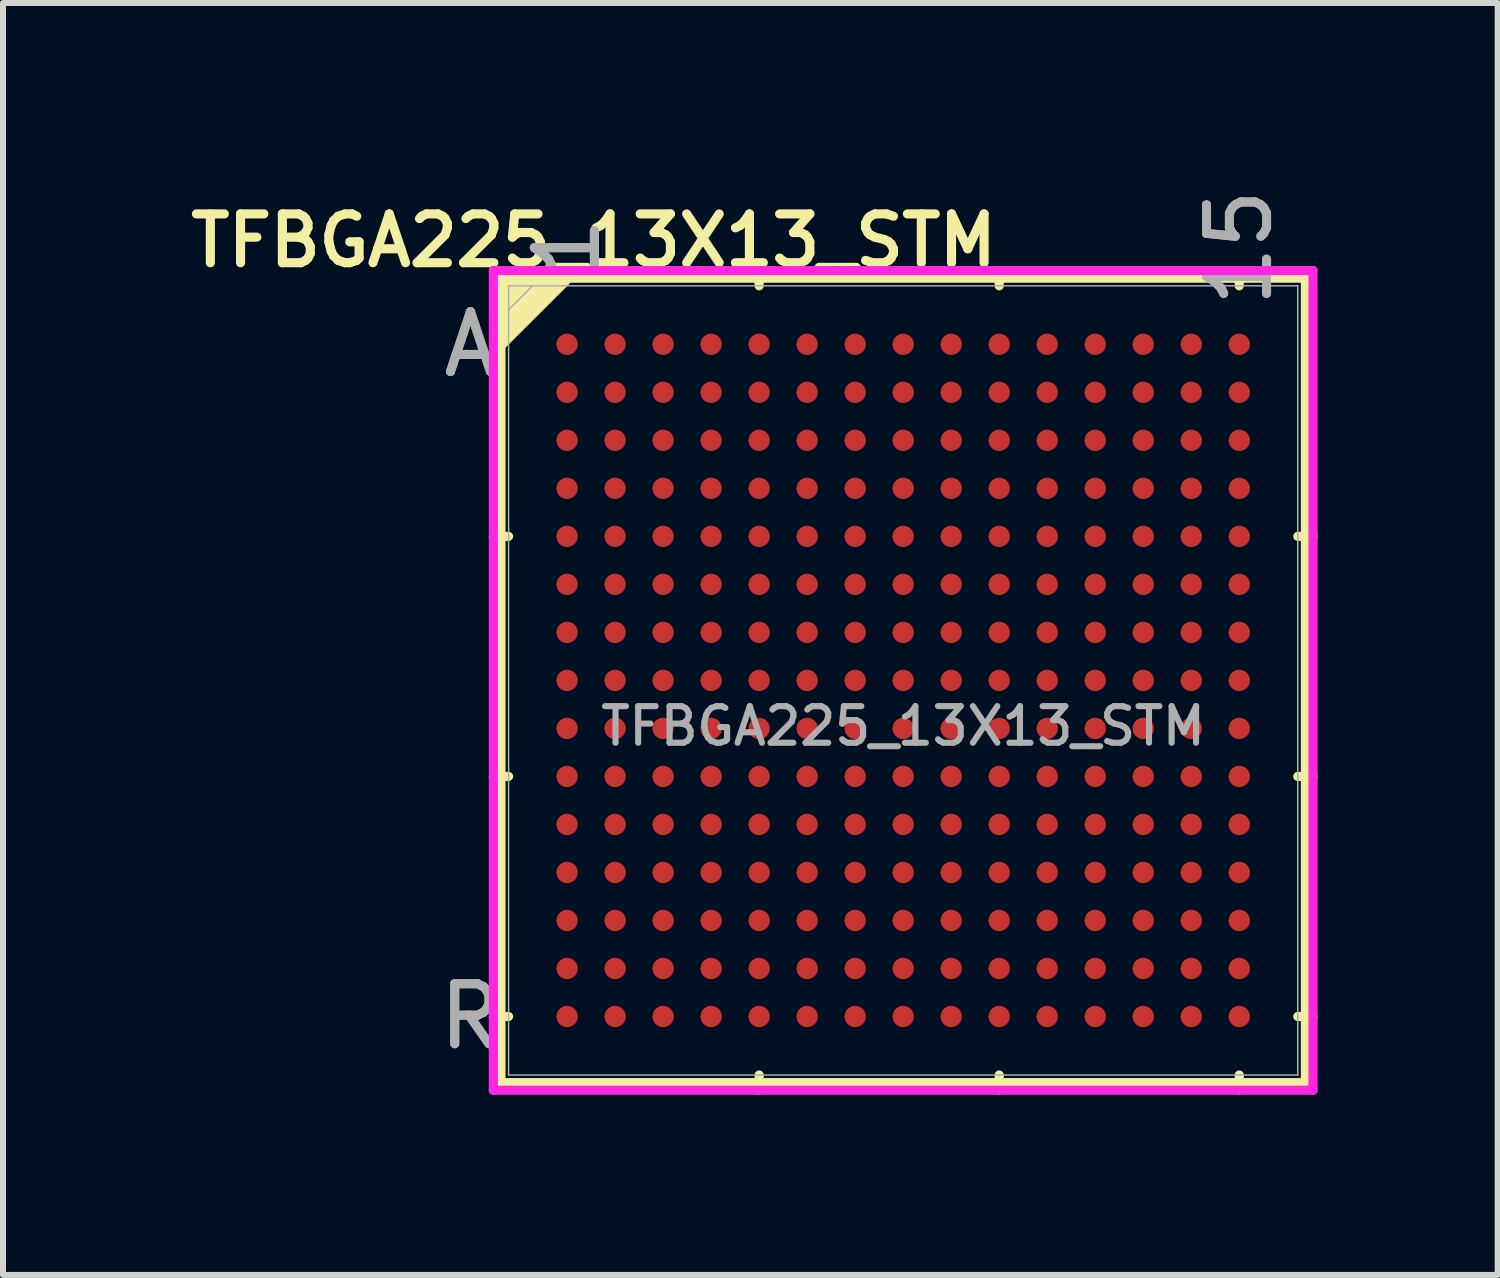
<source format=kicad_pcb>
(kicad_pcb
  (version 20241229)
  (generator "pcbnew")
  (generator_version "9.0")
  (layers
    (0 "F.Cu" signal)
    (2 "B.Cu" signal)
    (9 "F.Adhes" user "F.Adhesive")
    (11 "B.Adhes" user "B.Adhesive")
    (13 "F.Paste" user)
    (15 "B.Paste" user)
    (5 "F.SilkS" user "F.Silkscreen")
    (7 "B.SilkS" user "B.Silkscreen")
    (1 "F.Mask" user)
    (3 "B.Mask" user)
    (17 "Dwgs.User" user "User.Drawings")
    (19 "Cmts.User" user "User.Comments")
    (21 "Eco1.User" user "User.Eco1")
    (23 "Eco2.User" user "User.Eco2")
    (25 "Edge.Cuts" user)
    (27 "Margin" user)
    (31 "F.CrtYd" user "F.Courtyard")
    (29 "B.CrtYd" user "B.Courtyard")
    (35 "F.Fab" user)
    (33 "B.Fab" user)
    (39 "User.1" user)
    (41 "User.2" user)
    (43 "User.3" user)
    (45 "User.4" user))
  (footprint "TFBGA225_13X13_STM"
    (layer "F.Cu")
    (at 11.999 8.287)
    (property "Reference" "TFBGA225_13X13_STM" (at -5.156 -7.328 0) (unlocked yes) (layer "F.SilkS") (effects (font (size 0.813 0.813) (thickness 0.152) (bold yes))))
    (attr smd)
    (fp_line (start -6.702 -6.702) (end -6.702 6.702) (stroke (width 0.152) (type solid)) (layer "F.SilkS"))
    (fp_line (start -6.702 6.702) (end 6.702 6.702) (stroke (width 0.152) (type solid)) (layer "F.SilkS"))
    (fp_line (start -6.575 -2.4) (end -6.829 -2.4) (stroke (width 0.152) (type solid)) (layer "F.SilkS"))
    (fp_line (start -6.575 1.6) (end -6.829 1.6) (stroke (width 0.152) (type solid)) (layer "F.SilkS"))
    (fp_line (start -6.575 5.6) (end -6.829 5.6) (stroke (width 0.152) (type solid)) (layer "F.SilkS"))
    (fp_line (start -2.4 -6.575) (end -2.4 -6.829) (stroke (width 0.152) (type solid)) (layer "F.SilkS"))
    (fp_line (start -2.4 6.575) (end -2.4 6.829) (stroke (width 0.152) (type solid)) (layer "F.SilkS"))
    (fp_line (start 1.6 -6.575) (end 1.6 -6.829) (stroke (width 0.152) (type solid)) (layer "F.SilkS"))
    (fp_line (start 1.6 6.575) (end 1.6 6.829) (stroke (width 0.152) (type solid)) (layer "F.SilkS"))
    (fp_line (start 5.6 -6.575) (end 5.6 -6.829) (stroke (width 0.152) (type solid)) (layer "F.SilkS"))
    (fp_line (start 5.6 6.575) (end 5.6 6.829) (stroke (width 0.152) (type solid)) (layer "F.SilkS"))
    (fp_line (start 6.575 -2.4) (end 6.829 -2.4) (stroke (width 0.152) (type solid)) (layer "F.SilkS"))
    (fp_line (start 6.575 1.6) (end 6.829 1.6) (stroke (width 0.152) (type solid)) (layer "F.SilkS"))
    (fp_line (start 6.575 5.6) (end 6.829 5.6) (stroke (width 0.152) (type solid)) (layer "F.SilkS"))
    (fp_line (start 6.702 -6.702) (end -6.702 -6.702) (stroke (width 0.152) (type solid)) (layer "F.SilkS"))
    (fp_line (start 6.702 6.702) (end 6.702 -6.702) (stroke (width 0.152) (type solid)) (layer "F.SilkS"))
    (fp_poly (pts (xy -6.702 -6.702) (xy -5.537 -6.702) (xy -6.718 -5.524)) (stroke (width 0.1) (type solid)) (fill yes) (layer "F.SilkS"))
    (fp_line (start -6.829 -6.829) (end 6.829 -6.829) (stroke (width 0.152) (type solid)) (layer "F.CrtYd"))
    (fp_line (start -6.829 6.829) (end -6.829 -6.829) (stroke (width 0.152) (type solid)) (layer "F.CrtYd"))
    (fp_line (start 6.829 -6.829) (end 6.829 6.829) (stroke (width 0.152) (type solid)) (layer "F.CrtYd"))
    (fp_line (start 6.829 6.829) (end -6.829 6.829) (stroke (width 0.152) (type solid)) (layer "F.CrtYd"))
    (fp_line (start -6.575 -6.575) (end -6.575 6.575) (stroke (width 0.025) (type solid)) (layer "F.Fab"))
    (fp_line (start -6.575 6.575) (end 6.575 6.575) (stroke (width 0.025) (type solid)) (layer "F.Fab"))
    (fp_line (start -6.175 -6.575) (end -6.575 -6.175) (stroke (width 0.025) (type solid)) (layer "F.Fab"))
    (fp_line (start 6.575 -6.575) (end -6.575 -6.575) (stroke (width 0.025) (type solid)) (layer "F.Fab"))
    (fp_line (start 6.575 6.575) (end 6.575 -6.575) (stroke (width 0.025) (type solid)) (layer "F.Fab"))
    (fp_text user "R" (at -7.21 5.6 0) (unlocked yes) (layer "F.Fab") (effects (font (size 1 1) (thickness 0.15))))
    (fp_text user "1" (at -5.6 -7.21 90) (unlocked yes) (layer "F.Fab") (effects (font (size 1 1) (thickness 0.15))))
    (fp_text user "${REFERENCE}" (at 0 0.762 0) (unlocked yes) (layer "F.Fab") (effects (font (size 0.61 0.61) (thickness 0.102) (bold yes))))
    (fp_text user "R" (at -7.21 5.6 0) (unlocked yes) (layer "F.Fab") (effects (font (size 1 1) (thickness 0.15))))
    (fp_text user "15" (at 5.6 -7.21 90) (unlocked yes) (layer "F.Fab") (effects (font (size 1 1) (thickness 0.15))))
    (fp_text user "A" (at -7.21 -5.6 0) (unlocked yes) (layer "F.Fab") (effects (font (size 1 1) (thickness 0.15))))
    (fp_text user "1" (at -5.6 -7.21 90) (unlocked yes) (layer "F.Fab") (effects (font (size 1 1) (thickness 0.15))))
    (fp_text user "A" (at -7.21 -5.6 0) (unlocked yes) (layer "F.Fab") (effects (font (size 1 1) (thickness 0.15))))
    (fp_text user "15" (at 5.6 -7.21 90) (unlocked yes) (layer "F.Fab") (effects (font (size 1 1) (thickness 0.15))))
    (pad "A1" smd circle (at -5.6 -5.6) (size 0.356 0.356) (layers "F.Cu" "F.Mask" "F.Paste"))
    (pad "A2" smd circle (at -4.8 -5.6) (size 0.356 0.356) (layers "F.Cu" "F.Mask" "F.Paste"))
    (pad "A3" smd circle (at -4 -5.6) (size 0.356 0.356) (layers "F.Cu" "F.Mask" "F.Paste"))
    (pad "A4" smd circle (at -3.2 -5.6) (size 0.356 0.356) (layers "F.Cu" "F.Mask" "F.Paste"))
    (pad "A5" smd circle (at -2.4 -5.6) (size 0.356 0.356) (layers "F.Cu" "F.Mask" "F.Paste"))
    (pad "A6" smd circle (at -1.6 -5.6) (size 0.356 0.356) (layers "F.Cu" "F.Mask" "F.Paste"))
    (pad "A7" smd circle (at -0.8 -5.6) (size 0.356 0.356) (layers "F.Cu" "F.Mask" "F.Paste"))
    (pad "A8" smd circle (at 0 -5.6) (size 0.356 0.356) (layers "F.Cu" "F.Mask" "F.Paste"))
    (pad "A9" smd circle (at 0.8 -5.6) (size 0.356 0.356) (layers "F.Cu" "F.Mask" "F.Paste"))
    (pad "A10" smd circle (at 1.6 -5.6) (size 0.356 0.356) (layers "F.Cu" "F.Mask" "F.Paste"))
    (pad "A11" smd circle (at 2.4 -5.6) (size 0.356 0.356) (layers "F.Cu" "F.Mask" "F.Paste"))
    (pad "A12" smd circle (at 3.2 -5.6) (size 0.356 0.356) (layers "F.Cu" "F.Mask" "F.Paste"))
    (pad "A13" smd circle (at 4 -5.6) (size 0.356 0.356) (layers "F.Cu" "F.Mask" "F.Paste"))
    (pad "A14" smd circle (at 4.8 -5.6) (size 0.356 0.356) (layers "F.Cu" "F.Mask" "F.Paste"))
    (pad "A15" smd circle (at 5.6 -5.6) (size 0.356 0.356) (layers "F.Cu" "F.Mask" "F.Paste"))
    (pad "B1" smd circle (at -5.6 -4.8) (size 0.356 0.356) (layers "F.Cu" "F.Mask" "F.Paste"))
    (pad "B2" smd circle (at -4.8 -4.8) (size 0.356 0.356) (layers "F.Cu" "F.Mask" "F.Paste"))
    (pad "B3" smd circle (at -4 -4.8) (size 0.356 0.356) (layers "F.Cu" "F.Mask" "F.Paste"))
    (pad "B4" smd circle (at -3.2 -4.8) (size 0.356 0.356) (layers "F.Cu" "F.Mask" "F.Paste"))
    (pad "B5" smd circle (at -2.4 -4.8) (size 0.356 0.356) (layers "F.Cu" "F.Mask" "F.Paste"))
    (pad "B6" smd circle (at -1.6 -4.8) (size 0.356 0.356) (layers "F.Cu" "F.Mask" "F.Paste"))
    (pad "B7" smd circle (at -0.8 -4.8) (size 0.356 0.356) (layers "F.Cu" "F.Mask" "F.Paste"))
    (pad "B8" smd circle (at 0 -4.8) (size 0.356 0.356) (layers "F.Cu" "F.Mask" "F.Paste"))
    (pad "B9" smd circle (at 0.8 -4.8) (size 0.356 0.356) (layers "F.Cu" "F.Mask" "F.Paste"))
    (pad "B10" smd circle (at 1.6 -4.8) (size 0.356 0.356) (layers "F.Cu" "F.Mask" "F.Paste"))
    (pad "B11" smd circle (at 2.4 -4.8) (size 0.356 0.356) (layers "F.Cu" "F.Mask" "F.Paste"))
    (pad "B12" smd circle (at 3.2 -4.8) (size 0.356 0.356) (layers "F.Cu" "F.Mask" "F.Paste"))
    (pad "B13" smd circle (at 4 -4.8) (size 0.356 0.356) (layers "F.Cu" "F.Mask" "F.Paste"))
    (pad "B14" smd circle (at 4.8 -4.8) (size 0.356 0.356) (layers "F.Cu" "F.Mask" "F.Paste"))
    (pad "B15" smd circle (at 5.6 -4.8) (size 0.356 0.356) (layers "F.Cu" "F.Mask" "F.Paste"))
    (pad "C1" smd circle (at -5.6 -4) (size 0.356 0.356) (layers "F.Cu" "F.Mask" "F.Paste"))
    (pad "C2" smd circle (at -4.8 -4) (size 0.356 0.356) (layers "F.Cu" "F.Mask" "F.Paste"))
    (pad "C3" smd circle (at -4 -4) (size 0.356 0.356) (layers "F.Cu" "F.Mask" "F.Paste"))
    (pad "C4" smd circle (at -3.2 -4) (size 0.356 0.356) (layers "F.Cu" "F.Mask" "F.Paste"))
    (pad "C5" smd circle (at -2.4 -4) (size 0.356 0.356) (layers "F.Cu" "F.Mask" "F.Paste"))
    (pad "C6" smd circle (at -1.6 -4) (size 0.356 0.356) (layers "F.Cu" "F.Mask" "F.Paste"))
    (pad "C7" smd circle (at -0.8 -4) (size 0.356 0.356) (layers "F.Cu" "F.Mask" "F.Paste"))
    (pad "C8" smd circle (at 0 -4) (size 0.356 0.356) (layers "F.Cu" "F.Mask" "F.Paste"))
    (pad "C9" smd circle (at 0.8 -4) (size 0.356 0.356) (layers "F.Cu" "F.Mask" "F.Paste"))
    (pad "C10" smd circle (at 1.6 -4) (size 0.356 0.356) (layers "F.Cu" "F.Mask" "F.Paste"))
    (pad "C11" smd circle (at 2.4 -4) (size 0.356 0.356) (layers "F.Cu" "F.Mask" "F.Paste"))
    (pad "C12" smd circle (at 3.2 -4) (size 0.356 0.356) (layers "F.Cu" "F.Mask" "F.Paste"))
    (pad "C13" smd circle (at 4 -4) (size 0.356 0.356) (layers "F.Cu" "F.Mask" "F.Paste"))
    (pad "C14" smd circle (at 4.8 -4) (size 0.356 0.356) (layers "F.Cu" "F.Mask" "F.Paste"))
    (pad "C15" smd circle (at 5.6 -4) (size 0.356 0.356) (layers "F.Cu" "F.Mask" "F.Paste"))
    (pad "D1" smd circle (at -5.6 -3.2) (size 0.356 0.356) (layers "F.Cu" "F.Mask" "F.Paste"))
    (pad "D2" smd circle (at -4.8 -3.2) (size 0.356 0.356) (layers "F.Cu" "F.Mask" "F.Paste"))
    (pad "D3" smd circle (at -4 -3.2) (size 0.356 0.356) (layers "F.Cu" "F.Mask" "F.Paste"))
    (pad "D4" smd circle (at -3.2 -3.2) (size 0.356 0.356) (layers "F.Cu" "F.Mask" "F.Paste"))
    (pad "D5" smd circle (at -2.4 -3.2) (size 0.356 0.356) (layers "F.Cu" "F.Mask" "F.Paste"))
    (pad "D6" smd circle (at -1.6 -3.2) (size 0.356 0.356) (layers "F.Cu" "F.Mask" "F.Paste"))
    (pad "D7" smd circle (at -0.8 -3.2) (size 0.356 0.356) (layers "F.Cu" "F.Mask" "F.Paste"))
    (pad "D8" smd circle (at 0 -3.2) (size 0.356 0.356) (layers "F.Cu" "F.Mask" "F.Paste"))
    (pad "D9" smd circle (at 0.8 -3.2) (size 0.356 0.356) (layers "F.Cu" "F.Mask" "F.Paste"))
    (pad "D10" smd circle (at 1.6 -3.2) (size 0.356 0.356) (layers "F.Cu" "F.Mask" "F.Paste"))
    (pad "D11" smd circle (at 2.4 -3.2) (size 0.356 0.356) (layers "F.Cu" "F.Mask" "F.Paste"))
    (pad "D12" smd circle (at 3.2 -3.2) (size 0.356 0.356) (layers "F.Cu" "F.Mask" "F.Paste"))
    (pad "D13" smd circle (at 4 -3.2) (size 0.356 0.356) (layers "F.Cu" "F.Mask" "F.Paste"))
    (pad "D14" smd circle (at 4.8 -3.2) (size 0.356 0.356) (layers "F.Cu" "F.Mask" "F.Paste"))
    (pad "D15" smd circle (at 5.6 -3.2) (size 0.356 0.356) (layers "F.Cu" "F.Mask" "F.Paste"))
    (pad "E1" smd circle (at -5.6 -2.4) (size 0.356 0.356) (layers "F.Cu" "F.Mask" "F.Paste"))
    (pad "E2" smd circle (at -4.8 -2.4) (size 0.356 0.356) (layers "F.Cu" "F.Mask" "F.Paste"))
    (pad "E3" smd circle (at -4 -2.4) (size 0.356 0.356) (layers "F.Cu" "F.Mask" "F.Paste"))
    (pad "E4" smd circle (at -3.2 -2.4) (size 0.356 0.356) (layers "F.Cu" "F.Mask" "F.Paste"))
    (pad "E5" smd circle (at -2.4 -2.4) (size 0.356 0.356) (layers "F.Cu" "F.Mask" "F.Paste"))
    (pad "E6" smd circle (at -1.6 -2.4) (size 0.356 0.356) (layers "F.Cu" "F.Mask" "F.Paste"))
    (pad "E7" smd circle (at -0.8 -2.4) (size 0.356 0.356) (layers "F.Cu" "F.Mask" "F.Paste"))
    (pad "E8" smd circle (at 0 -2.4) (size 0.356 0.356) (layers "F.Cu" "F.Mask" "F.Paste"))
    (pad "E9" smd circle (at 0.8 -2.4) (size 0.356 0.356) (layers "F.Cu" "F.Mask" "F.Paste"))
    (pad "E10" smd circle (at 1.6 -2.4) (size 0.356 0.356) (layers "F.Cu" "F.Mask" "F.Paste"))
    (pad "E11" smd circle (at 2.4 -2.4) (size 0.356 0.356) (layers "F.Cu" "F.Mask" "F.Paste"))
    (pad "E12" smd circle (at 3.2 -2.4) (size 0.356 0.356) (layers "F.Cu" "F.Mask" "F.Paste"))
    (pad "E13" smd circle (at 4 -2.4) (size 0.356 0.356) (layers "F.Cu" "F.Mask" "F.Paste"))
    (pad "E14" smd circle (at 4.8 -2.4) (size 0.356 0.356) (layers "F.Cu" "F.Mask" "F.Paste"))
    (pad "E15" smd circle (at 5.6 -2.4) (size 0.356 0.356) (layers "F.Cu" "F.Mask" "F.Paste"))
    (pad "F1" smd circle (at -5.6 -1.6) (size 0.356 0.356) (layers "F.Cu" "F.Mask" "F.Paste"))
    (pad "F2" smd circle (at -4.8 -1.6) (size 0.356 0.356) (layers "F.Cu" "F.Mask" "F.Paste"))
    (pad "F3" smd circle (at -4 -1.6) (size 0.356 0.356) (layers "F.Cu" "F.Mask" "F.Paste"))
    (pad "F4" smd circle (at -3.2 -1.6) (size 0.356 0.356) (layers "F.Cu" "F.Mask" "F.Paste"))
    (pad "F5" smd circle (at -2.4 -1.6) (size 0.356 0.356) (layers "F.Cu" "F.Mask" "F.Paste"))
    (pad "F6" smd circle (at -1.6 -1.6) (size 0.356 0.356) (layers "F.Cu" "F.Mask" "F.Paste"))
    (pad "F7" smd circle (at -0.8 -1.6) (size 0.356 0.356) (layers "F.Cu" "F.Mask" "F.Paste"))
    (pad "F8" smd circle (at 0 -1.6) (size 0.356 0.356) (layers "F.Cu" "F.Mask" "F.Paste"))
    (pad "F9" smd circle (at 0.8 -1.6) (size 0.356 0.356) (layers "F.Cu" "F.Mask" "F.Paste"))
    (pad "F10" smd circle (at 1.6 -1.6) (size 0.356 0.356) (layers "F.Cu" "F.Mask" "F.Paste"))
    (pad "F11" smd circle (at 2.4 -1.6) (size 0.356 0.356) (layers "F.Cu" "F.Mask" "F.Paste"))
    (pad "F12" smd circle (at 3.2 -1.6) (size 0.356 0.356) (layers "F.Cu" "F.Mask" "F.Paste"))
    (pad "F13" smd circle (at 4 -1.6) (size 0.356 0.356) (layers "F.Cu" "F.Mask" "F.Paste"))
    (pad "F14" smd circle (at 4.8 -1.6) (size 0.356 0.356) (layers "F.Cu" "F.Mask" "F.Paste"))
    (pad "F15" smd circle (at 5.6 -1.6) (size 0.356 0.356) (layers "F.Cu" "F.Mask" "F.Paste"))
    (pad "G1" smd circle (at -5.6 -0.8) (size 0.356 0.356) (layers "F.Cu" "F.Mask" "F.Paste"))
    (pad "G2" smd circle (at -4.8 -0.8) (size 0.356 0.356) (layers "F.Cu" "F.Mask" "F.Paste"))
    (pad "G3" smd circle (at -4 -0.8) (size 0.356 0.356) (layers "F.Cu" "F.Mask" "F.Paste"))
    (pad "G4" smd circle (at -3.2 -0.8) (size 0.356 0.356) (layers "F.Cu" "F.Mask" "F.Paste"))
    (pad "G5" smd circle (at -2.4 -0.8) (size 0.356 0.356) (layers "F.Cu" "F.Mask" "F.Paste"))
    (pad "G6" smd circle (at -1.6 -0.8) (size 0.356 0.356) (layers "F.Cu" "F.Mask" "F.Paste"))
    (pad "G7" smd circle (at -0.8 -0.8) (size 0.356 0.356) (layers "F.Cu" "F.Mask" "F.Paste"))
    (pad "G8" smd circle (at 0 -0.8) (size 0.356 0.356) (layers "F.Cu" "F.Mask" "F.Paste"))
    (pad "G9" smd circle (at 0.8 -0.8) (size 0.356 0.356) (layers "F.Cu" "F.Mask" "F.Paste"))
    (pad "G10" smd circle (at 1.6 -0.8) (size 0.356 0.356) (layers "F.Cu" "F.Mask" "F.Paste"))
    (pad "G11" smd circle (at 2.4 -0.8) (size 0.356 0.356) (layers "F.Cu" "F.Mask" "F.Paste"))
    (pad "G12" smd circle (at 3.2 -0.8) (size 0.356 0.356) (layers "F.Cu" "F.Mask" "F.Paste"))
    (pad "G13" smd circle (at 4 -0.8) (size 0.356 0.356) (layers "F.Cu" "F.Mask" "F.Paste"))
    (pad "G14" smd circle (at 4.8 -0.8) (size 0.356 0.356) (layers "F.Cu" "F.Mask" "F.Paste"))
    (pad "G15" smd circle (at 5.6 -0.8) (size 0.356 0.356) (layers "F.Cu" "F.Mask" "F.Paste"))
    (pad "H1" smd circle (at -5.6 0) (size 0.356 0.356) (layers "F.Cu" "F.Mask" "F.Paste"))
    (pad "H2" smd circle (at -4.8 0) (size 0.356 0.356) (layers "F.Cu" "F.Mask" "F.Paste"))
    (pad "H3" smd circle (at -4 0) (size 0.356 0.356) (layers "F.Cu" "F.Mask" "F.Paste"))
    (pad "H4" smd circle (at -3.2 0) (size 0.356 0.356) (layers "F.Cu" "F.Mask" "F.Paste"))
    (pad "H5" smd circle (at -2.4 0) (size 0.356 0.356) (layers "F.Cu" "F.Mask" "F.Paste"))
    (pad "H6" smd circle (at -1.6 0) (size 0.356 0.356) (layers "F.Cu" "F.Mask" "F.Paste"))
    (pad "H7" smd circle (at -0.8 0) (size 0.356 0.356) (layers "F.Cu" "F.Mask" "F.Paste"))
    (pad "H8" smd circle (at 0 0) (size 0.356 0.356) (layers "F.Cu" "F.Mask" "F.Paste"))
    (pad "H9" smd circle (at 0.8 0) (size 0.356 0.356) (layers "F.Cu" "F.Mask" "F.Paste"))
    (pad "H10" smd circle (at 1.6 0) (size 0.356 0.356) (layers "F.Cu" "F.Mask" "F.Paste"))
    (pad "H11" smd circle (at 2.4 0) (size 0.356 0.356) (layers "F.Cu" "F.Mask" "F.Paste"))
    (pad "H12" smd circle (at 3.2 0) (size 0.356 0.356) (layers "F.Cu" "F.Mask" "F.Paste"))
    (pad "H13" smd circle (at 4 0) (size 0.356 0.356) (layers "F.Cu" "F.Mask" "F.Paste"))
    (pad "H14" smd circle (at 4.8 0) (size 0.356 0.356) (layers "F.Cu" "F.Mask" "F.Paste"))
    (pad "H15" smd circle (at 5.6 0) (size 0.356 0.356) (layers "F.Cu" "F.Mask" "F.Paste"))
    (pad "J1" smd circle (at -5.6 0.8) (size 0.356 0.356) (layers "F.Cu" "F.Mask" "F.Paste"))
    (pad "J2" smd circle (at -4.8 0.8) (size 0.356 0.356) (layers "F.Cu" "F.Mask" "F.Paste"))
    (pad "J3" smd circle (at -4 0.8) (size 0.356 0.356) (layers "F.Cu" "F.Mask" "F.Paste"))
    (pad "J4" smd circle (at -3.2 0.8) (size 0.356 0.356) (layers "F.Cu" "F.Mask" "F.Paste"))
    (pad "J5" smd circle (at -2.4 0.8) (size 0.356 0.356) (layers "F.Cu" "F.Mask" "F.Paste"))
    (pad "J6" smd circle (at -1.6 0.8) (size 0.356 0.356) (layers "F.Cu" "F.Mask" "F.Paste"))
    (pad "J7" smd circle (at -0.8 0.8) (size 0.356 0.356) (layers "F.Cu" "F.Mask" "F.Paste"))
    (pad "J8" smd circle (at 0 0.8) (size 0.356 0.356) (layers "F.Cu" "F.Mask" "F.Paste"))
    (pad "J9" smd circle (at 0.8 0.8) (size 0.356 0.356) (layers "F.Cu" "F.Mask" "F.Paste"))
    (pad "J10" smd circle (at 1.6 0.8) (size 0.356 0.356) (layers "F.Cu" "F.Mask" "F.Paste"))
    (pad "J11" smd circle (at 2.4 0.8) (size 0.356 0.356) (layers "F.Cu" "F.Mask" "F.Paste"))
    (pad "J12" smd circle (at 3.2 0.8) (size 0.356 0.356) (layers "F.Cu" "F.Mask" "F.Paste"))
    (pad "J13" smd circle (at 4 0.8) (size 0.356 0.356) (layers "F.Cu" "F.Mask" "F.Paste"))
    (pad "J14" smd circle (at 4.8 0.8) (size 0.356 0.356) (layers "F.Cu" "F.Mask" "F.Paste"))
    (pad "J15" smd circle (at 5.6 0.8) (size 0.356 0.356) (layers "F.Cu" "F.Mask" "F.Paste"))
    (pad "K1" smd circle (at -5.6 1.6) (size 0.356 0.356) (layers "F.Cu" "F.Mask" "F.Paste"))
    (pad "K2" smd circle (at -4.8 1.6) (size 0.356 0.356) (layers "F.Cu" "F.Mask" "F.Paste"))
    (pad "K3" smd circle (at -4 1.6) (size 0.356 0.356) (layers "F.Cu" "F.Mask" "F.Paste"))
    (pad "K4" smd circle (at -3.2 1.6) (size 0.356 0.356) (layers "F.Cu" "F.Mask" "F.Paste"))
    (pad "K5" smd circle (at -2.4 1.6) (size 0.356 0.356) (layers "F.Cu" "F.Mask" "F.Paste"))
    (pad "K6" smd circle (at -1.6 1.6) (size 0.356 0.356) (layers "F.Cu" "F.Mask" "F.Paste"))
    (pad "K7" smd circle (at -0.8 1.6) (size 0.356 0.356) (layers "F.Cu" "F.Mask" "F.Paste"))
    (pad "K8" smd circle (at 0 1.6) (size 0.356 0.356) (layers "F.Cu" "F.Mask" "F.Paste"))
    (pad "K9" smd circle (at 0.8 1.6) (size 0.356 0.356) (layers "F.Cu" "F.Mask" "F.Paste"))
    (pad "K10" smd circle (at 1.6 1.6) (size 0.356 0.356) (layers "F.Cu" "F.Mask" "F.Paste"))
    (pad "K11" smd circle (at 2.4 1.6) (size 0.356 0.356) (layers "F.Cu" "F.Mask" "F.Paste"))
    (pad "K12" smd circle (at 3.2 1.6) (size 0.356 0.356) (layers "F.Cu" "F.Mask" "F.Paste"))
    (pad "K13" smd circle (at 4 1.6) (size 0.356 0.356) (layers "F.Cu" "F.Mask" "F.Paste"))
    (pad "K14" smd circle (at 4.8 1.6) (size 0.356 0.356) (layers "F.Cu" "F.Mask" "F.Paste"))
    (pad "K15" smd circle (at 5.6 1.6) (size 0.356 0.356) (layers "F.Cu" "F.Mask" "F.Paste"))
    (pad "L1" smd circle (at -5.6 2.4) (size 0.356 0.356) (layers "F.Cu" "F.Mask" "F.Paste"))
    (pad "L2" smd circle (at -4.8 2.4) (size 0.356 0.356) (layers "F.Cu" "F.Mask" "F.Paste"))
    (pad "L3" smd circle (at -4 2.4) (size 0.356 0.356) (layers "F.Cu" "F.Mask" "F.Paste"))
    (pad "L4" smd circle (at -3.2 2.4) (size 0.356 0.356) (layers "F.Cu" "F.Mask" "F.Paste"))
    (pad "L5" smd circle (at -2.4 2.4) (size 0.356 0.356) (layers "F.Cu" "F.Mask" "F.Paste"))
    (pad "L6" smd circle (at -1.6 2.4) (size 0.356 0.356) (layers "F.Cu" "F.Mask" "F.Paste"))
    (pad "L7" smd circle (at -0.8 2.4) (size 0.356 0.356) (layers "F.Cu" "F.Mask" "F.Paste"))
    (pad "L8" smd circle (at 0 2.4) (size 0.356 0.356) (layers "F.Cu" "F.Mask" "F.Paste"))
    (pad "L9" smd circle (at 0.8 2.4) (size 0.356 0.356) (layers "F.Cu" "F.Mask" "F.Paste"))
    (pad "L10" smd circle (at 1.6 2.4) (size 0.356 0.356) (layers "F.Cu" "F.Mask" "F.Paste"))
    (pad "L11" smd circle (at 2.4 2.4) (size 0.356 0.356) (layers "F.Cu" "F.Mask" "F.Paste"))
    (pad "L12" smd circle (at 3.2 2.4) (size 0.356 0.356) (layers "F.Cu" "F.Mask" "F.Paste"))
    (pad "L13" smd circle (at 4 2.4) (size 0.356 0.356) (layers "F.Cu" "F.Mask" "F.Paste"))
    (pad "L14" smd circle (at 4.8 2.4) (size 0.356 0.356) (layers "F.Cu" "F.Mask" "F.Paste"))
    (pad "L15" smd circle (at 5.6 2.4) (size 0.356 0.356) (layers "F.Cu" "F.Mask" "F.Paste"))
    (pad "M1" smd circle (at -5.6 3.2) (size 0.356 0.356) (layers "F.Cu" "F.Mask" "F.Paste"))
    (pad "M2" smd circle (at -4.8 3.2) (size 0.356 0.356) (layers "F.Cu" "F.Mask" "F.Paste"))
    (pad "M3" smd circle (at -4 3.2) (size 0.356 0.356) (layers "F.Cu" "F.Mask" "F.Paste"))
    (pad "M4" smd circle (at -3.2 3.2) (size 0.356 0.356) (layers "F.Cu" "F.Mask" "F.Paste"))
    (pad "M5" smd circle (at -2.4 3.2) (size 0.356 0.356) (layers "F.Cu" "F.Mask" "F.Paste"))
    (pad "M6" smd circle (at -1.6 3.2) (size 0.356 0.356) (layers "F.Cu" "F.Mask" "F.Paste"))
    (pad "M7" smd circle (at -0.8 3.2) (size 0.356 0.356) (layers "F.Cu" "F.Mask" "F.Paste"))
    (pad "M8" smd circle (at 0 3.2) (size 0.356 0.356) (layers "F.Cu" "F.Mask" "F.Paste"))
    (pad "M9" smd circle (at 0.8 3.2) (size 0.356 0.356) (layers "F.Cu" "F.Mask" "F.Paste"))
    (pad "M10" smd circle (at 1.6 3.2) (size 0.356 0.356) (layers "F.Cu" "F.Mask" "F.Paste"))
    (pad "M11" smd circle (at 2.4 3.2) (size 0.356 0.356) (layers "F.Cu" "F.Mask" "F.Paste"))
    (pad "M12" smd circle (at 3.2 3.2) (size 0.356 0.356) (layers "F.Cu" "F.Mask" "F.Paste"))
    (pad "M13" smd circle (at 4 3.2) (size 0.356 0.356) (layers "F.Cu" "F.Mask" "F.Paste"))
    (pad "M14" smd circle (at 4.8 3.2) (size 0.356 0.356) (layers "F.Cu" "F.Mask" "F.Paste"))
    (pad "M15" smd circle (at 5.6 3.2) (size 0.356 0.356) (layers "F.Cu" "F.Mask" "F.Paste"))
    (pad "N1" smd circle (at -5.6 4) (size 0.356 0.356) (layers "F.Cu" "F.Mask" "F.Paste"))
    (pad "N2" smd circle (at -4.8 4) (size 0.356 0.356) (layers "F.Cu" "F.Mask" "F.Paste"))
    (pad "N3" smd circle (at -4 4) (size 0.356 0.356) (layers "F.Cu" "F.Mask" "F.Paste"))
    (pad "N4" smd circle (at -3.2 4) (size 0.356 0.356) (layers "F.Cu" "F.Mask" "F.Paste"))
    (pad "N5" smd circle (at -2.4 4) (size 0.356 0.356) (layers "F.Cu" "F.Mask" "F.Paste"))
    (pad "N6" smd circle (at -1.6 4) (size 0.356 0.356) (layers "F.Cu" "F.Mask" "F.Paste"))
    (pad "N7" smd circle (at -0.8 4) (size 0.356 0.356) (layers "F.Cu" "F.Mask" "F.Paste"))
    (pad "N8" smd circle (at 0 4) (size 0.356 0.356) (layers "F.Cu" "F.Mask" "F.Paste"))
    (pad "N9" smd circle (at 0.8 4) (size 0.356 0.356) (layers "F.Cu" "F.Mask" "F.Paste"))
    (pad "N10" smd circle (at 1.6 4) (size 0.356 0.356) (layers "F.Cu" "F.Mask" "F.Paste"))
    (pad "N11" smd circle (at 2.4 4) (size 0.356 0.356) (layers "F.Cu" "F.Mask" "F.Paste"))
    (pad "N12" smd circle (at 3.2 4) (size 0.356 0.356) (layers "F.Cu" "F.Mask" "F.Paste"))
    (pad "N13" smd circle (at 4 4) (size 0.356 0.356) (layers "F.Cu" "F.Mask" "F.Paste"))
    (pad "N14" smd circle (at 4.8 4) (size 0.356 0.356) (layers "F.Cu" "F.Mask" "F.Paste"))
    (pad "N15" smd circle (at 5.6 4) (size 0.356 0.356) (layers "F.Cu" "F.Mask" "F.Paste"))
    (pad "P1" smd circle (at -5.6 4.8) (size 0.356 0.356) (layers "F.Cu" "F.Mask" "F.Paste"))
    (pad "P2" smd circle (at -4.8 4.8) (size 0.356 0.356) (layers "F.Cu" "F.Mask" "F.Paste"))
    (pad "P3" smd circle (at -4 4.8) (size 0.356 0.356) (layers "F.Cu" "F.Mask" "F.Paste"))
    (pad "P4" smd circle (at -3.2 4.8) (size 0.356 0.356) (layers "F.Cu" "F.Mask" "F.Paste"))
    (pad "P5" smd circle (at -2.4 4.8) (size 0.356 0.356) (layers "F.Cu" "F.Mask" "F.Paste"))
    (pad "P6" smd circle (at -1.6 4.8) (size 0.356 0.356) (layers "F.Cu" "F.Mask" "F.Paste"))
    (pad "P7" smd circle (at -0.8 4.8) (size 0.356 0.356) (layers "F.Cu" "F.Mask" "F.Paste"))
    (pad "P8" smd circle (at 0 4.8) (size 0.356 0.356) (layers "F.Cu" "F.Mask" "F.Paste"))
    (pad "P9" smd circle (at 0.8 4.8) (size 0.356 0.356) (layers "F.Cu" "F.Mask" "F.Paste"))
    (pad "P10" smd circle (at 1.6 4.8) (size 0.356 0.356) (layers "F.Cu" "F.Mask" "F.Paste"))
    (pad "P11" smd circle (at 2.4 4.8) (size 0.356 0.356) (layers "F.Cu" "F.Mask" "F.Paste"))
    (pad "P12" smd circle (at 3.2 4.8) (size 0.356 0.356) (layers "F.Cu" "F.Mask" "F.Paste"))
    (pad "P13" smd circle (at 4 4.8) (size 0.356 0.356) (layers "F.Cu" "F.Mask" "F.Paste"))
    (pad "P14" smd circle (at 4.8 4.8) (size 0.356 0.356) (layers "F.Cu" "F.Mask" "F.Paste"))
    (pad "P15" smd circle (at 5.6 4.8) (size 0.356 0.356) (layers "F.Cu" "F.Mask" "F.Paste"))
    (pad "R1" smd circle (at -5.6 5.6) (size 0.356 0.356) (layers "F.Cu" "F.Mask" "F.Paste"))
    (pad "R2" smd circle (at -4.8 5.6) (size 0.356 0.356) (layers "F.Cu" "F.Mask" "F.Paste"))
    (pad "R3" smd circle (at -4 5.6) (size 0.356 0.356) (layers "F.Cu" "F.Mask" "F.Paste"))
    (pad "R4" smd circle (at -3.2 5.6) (size 0.356 0.356) (layers "F.Cu" "F.Mask" "F.Paste"))
    (pad "R5" smd circle (at -2.4 5.6) (size 0.356 0.356) (layers "F.Cu" "F.Mask" "F.Paste"))
    (pad "R6" smd circle (at -1.6 5.6) (size 0.356 0.356) (layers "F.Cu" "F.Mask" "F.Paste"))
    (pad "R7" smd circle (at -0.8 5.6) (size 0.356 0.356) (layers "F.Cu" "F.Mask" "F.Paste"))
    (pad "R8" smd circle (at 0 5.6) (size 0.356 0.356) (layers "F.Cu" "F.Mask" "F.Paste"))
    (pad "R9" smd circle (at 0.8 5.6) (size 0.356 0.356) (layers "F.Cu" "F.Mask" "F.Paste"))
    (pad "R10" smd circle (at 1.6 5.6) (size 0.356 0.356) (layers "F.Cu" "F.Mask" "F.Paste"))
    (pad "R11" smd circle (at 2.4 5.6) (size 0.356 0.356) (layers "F.Cu" "F.Mask" "F.Paste"))
    (pad "R12" smd circle (at 3.2 5.6) (size 0.356 0.356) (layers "F.Cu" "F.Mask" "F.Paste"))
    (pad "R13" smd circle (at 4 5.6) (size 0.356 0.356) (layers "F.Cu" "F.Mask" "F.Paste"))
    (pad "R14" smd circle (at 4.8 5.6) (size 0.356 0.356) (layers "F.Cu" "F.Mask" "F.Paste"))
    (pad "R15" smd circle (at 5.6 5.6) (size 0.356 0.356) (layers "F.Cu" "F.Mask" "F.Paste")))
  (gr_rect
    (start -3 -3)
    (end 21.905 18.193)
    (stroke (width 0.1) (type default))
    (fill no)
    (layer "Edge.Cuts")))
</source>
